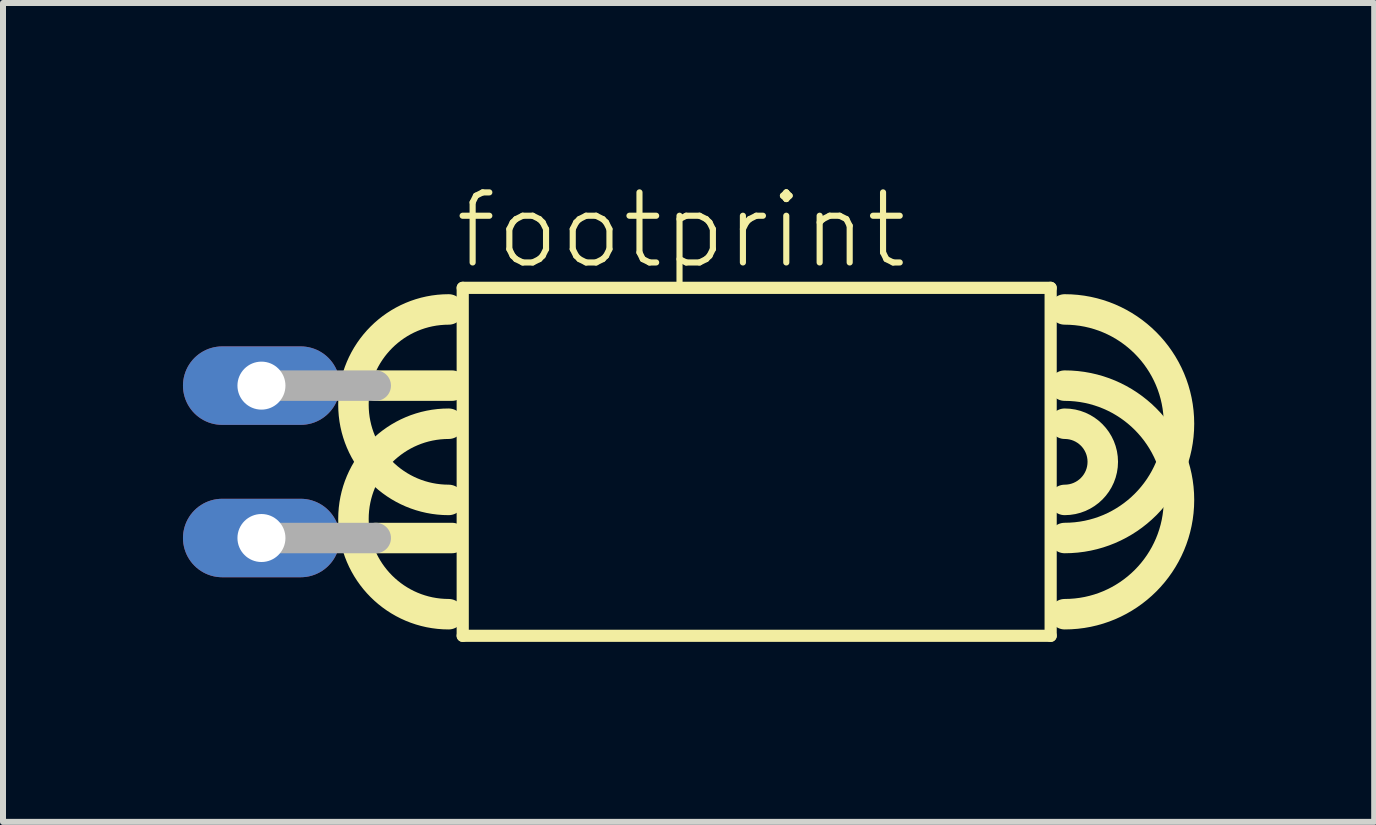
<source format=kicad_pcb>
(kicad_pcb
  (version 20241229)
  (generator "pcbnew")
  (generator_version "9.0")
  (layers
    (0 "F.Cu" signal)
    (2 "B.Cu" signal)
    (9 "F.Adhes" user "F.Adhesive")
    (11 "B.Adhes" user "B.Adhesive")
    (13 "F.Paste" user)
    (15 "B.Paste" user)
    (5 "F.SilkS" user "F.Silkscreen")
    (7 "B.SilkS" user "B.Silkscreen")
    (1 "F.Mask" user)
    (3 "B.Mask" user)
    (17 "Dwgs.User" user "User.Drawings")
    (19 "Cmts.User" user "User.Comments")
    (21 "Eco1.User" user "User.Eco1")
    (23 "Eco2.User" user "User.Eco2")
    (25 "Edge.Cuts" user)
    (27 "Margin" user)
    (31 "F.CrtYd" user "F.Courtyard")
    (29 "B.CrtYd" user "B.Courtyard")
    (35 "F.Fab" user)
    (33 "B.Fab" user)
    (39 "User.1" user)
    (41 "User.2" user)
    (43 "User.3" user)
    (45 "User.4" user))
  (footprint "footprint"
    (layer "F.Cu")
    (at 9.563 4.648)
    (property "Reference" "footprint" (at -5.08 -3.175 0) (layer "F.SilkS") (effects (font (size 1.168 1.168) (thickness 0.102)) (justify left bottom)))
    (fp_line (start -5.08 -1.27) (end -6.35 -1.27) (stroke (width 0.508) (type solid)) (layer "F.SilkS"))
    (fp_line (start -5.08 1.27) (end -6.35 1.27) (stroke (width 0.508) (type solid)) (layer "F.SilkS"))
    (fp_line (start -4.9 -2.9) (end -4.9 2.9) (stroke (width 0.203) (type solid)) (layer "F.SilkS"))
    (fp_line (start -4.9 2.9) (end 4.9 2.9) (stroke (width 0.203) (type solid)) (layer "F.SilkS"))
    (fp_line (start 4.9 -2.9) (end -4.9 -2.9) (stroke (width 0.203) (type solid)) (layer "F.SilkS"))
    (fp_line (start 4.9 2.9) (end 4.9 -2.9) (stroke (width 0.203) (type solid)) (layer "F.SilkS"))
    (fp_arc (start -5.134 0.635) (mid -6.7215 -0.9525) (end -5.134 -2.54) (stroke (width 0.508) (type solid)) (layer "F.SilkS"))
    (fp_arc (start -5.134 2.54) (mid -6.7215 0.9525) (end -5.134 -0.635) (stroke (width 0.508) (type solid)) (layer "F.SilkS"))
    (fp_arc (start 5.134 -2.54) (mid 7.039 -0.635) (end 5.134 1.27) (stroke (width 0.508) (type solid)) (layer "F.SilkS"))
    (fp_arc (start 5.134 -1.27) (mid 7.039 0.635) (end 5.134 2.54) (stroke (width 0.508) (type solid)) (layer "F.SilkS"))
    (fp_arc (start 5.134 -0.635) (mid 5.769 0) (end 5.134 0.635) (stroke (width 0.508) (type solid)) (layer "F.SilkS"))
    (fp_line (start -8.255 -1.27) (end -6.35 -1.27) (stroke (width 0.508) (type solid)) (layer "F.Fab"))
    (fp_line (start -6.35 1.27) (end -8.255 1.27) (stroke (width 0.508) (type solid)) (layer "F.Fab"))
    (pad "1" thru_hole oval (at -8.255 -1.27) (size 2.616 1.308) (drill 0.8) (layers "*.Cu" "*.Mask"))
    (pad "2" thru_hole oval (at -8.255 1.27) (size 2.616 1.308) (drill 0.8) (layers "*.Cu" "*.Mask")))
  (gr_rect
    (start -3 -3)
    (end 19.856 10.65)
    (stroke (width 0.1) (type default))
    (fill no)
    (layer "Edge.Cuts")))
</source>
